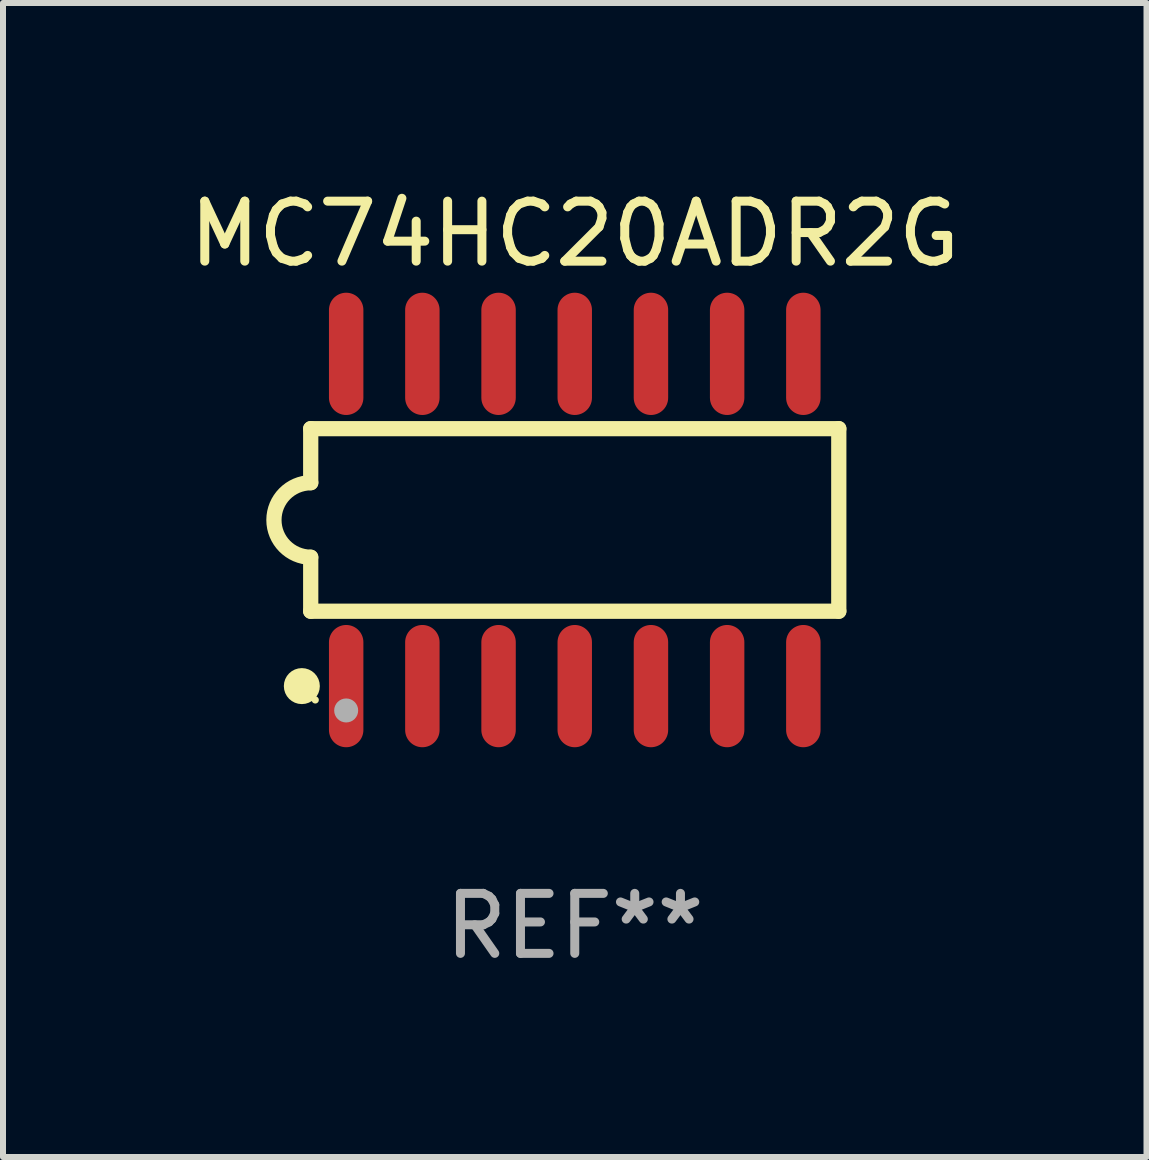
<source format=kicad_pcb>
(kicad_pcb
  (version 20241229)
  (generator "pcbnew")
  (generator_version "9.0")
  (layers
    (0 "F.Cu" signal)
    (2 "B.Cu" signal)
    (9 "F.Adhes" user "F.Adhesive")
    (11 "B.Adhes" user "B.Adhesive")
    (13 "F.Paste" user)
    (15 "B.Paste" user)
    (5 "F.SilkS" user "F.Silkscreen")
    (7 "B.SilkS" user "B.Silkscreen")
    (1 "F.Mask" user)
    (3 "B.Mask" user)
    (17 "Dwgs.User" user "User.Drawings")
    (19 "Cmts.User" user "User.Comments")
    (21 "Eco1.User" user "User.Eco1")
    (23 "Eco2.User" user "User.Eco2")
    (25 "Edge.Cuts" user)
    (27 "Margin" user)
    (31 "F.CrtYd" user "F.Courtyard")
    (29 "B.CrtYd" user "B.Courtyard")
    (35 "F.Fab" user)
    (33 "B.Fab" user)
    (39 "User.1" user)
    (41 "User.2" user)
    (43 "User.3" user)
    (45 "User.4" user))
  (footprint "MC74HC20ADR2G"
    (layer "F.Cu")
    (at 6.53 5.617)
    (property "Reference" "MC74HC20ADR2G" (at 0 -4.769 0) (layer "F.SilkS") (effects (font (size 1 1) (thickness 0.15))))
    (attr through_hole)
    (fp_line (start -4.401 -1.522) (end -4.401 -0.622) (stroke (width 0.254) (type solid)) (layer "F.SilkS"))
    (fp_line (start -4.401 -1.522) (end 4.401 -1.522) (stroke (width 0.254) (type solid)) (layer "F.SilkS"))
    (fp_line (start -4.401 1.521) (end -4.401 0.621) (stroke (width 0.254) (type solid)) (layer "F.SilkS"))
    (fp_line (start 4.401 -1.522) (end 4.401 1.521) (stroke (width 0.254) (type solid)) (layer "F.SilkS"))
    (fp_line (start 4.401 1.521) (end -4.401 1.521) (stroke (width 0.254) (type solid)) (layer "F.SilkS"))
    (fp_arc (start -4.401219 0.621311) (mid -5.021261 -0.000419) (end -4.400101 -0.621032) (stroke (width 0.254001) (type solid)) (layer "F.SilkS"))
    (fp_circle (center -4.549 2.769) (end -4.399 2.769) (stroke (width 0.3) (type solid)) (fill no) (layer "F.SilkS"))
    (fp_circle (center -4.325 3) (end -4.295 3) (stroke (width 0.06) (type solid)) (fill no) (layer "F.SilkS"))
    (fp_circle (center -3.81 3.175) (end -3.71 3.175) (stroke (width 0.2) (type solid)) (fill no) (layer "F.Fab"))
    (fp_text user "REF**" (at 0 6.769 0) (layer "F.Fab") (effects (font (size 1 1) (thickness 0.15))))
    (pad "1" smd oval (at -3.81 2.769) (size 0.574 2.038) (layers "F.Cu" "F.Mask" "F.Paste"))
    (pad "2" smd oval (at -2.54 2.769) (size 0.574 2.038) (layers "F.Cu" "F.Mask" "F.Paste"))
    (pad "3" smd oval (at -1.27 2.769) (size 0.574 2.038) (layers "F.Cu" "F.Mask" "F.Paste"))
    (pad "4" smd oval (at -0.000051 2.769) (size 0.574 2.038) (layers "F.Cu" "F.Mask" "F.Paste"))
    (pad "5" smd oval (at 1.27 2.769) (size 0.574 2.038) (layers "F.Cu" "F.Mask" "F.Paste"))
    (pad "6" smd oval (at 2.54 2.769) (size 0.574 2.038) (layers "F.Cu" "F.Mask" "F.Paste"))
    (pad "7" smd oval (at 3.81 2.769) (size 0.574 2.038) (layers "F.Cu" "F.Mask" "F.Paste"))
    (pad "8" smd oval (at 3.81 -2.769) (size 0.574 2.038) (layers "F.Cu" "F.Mask" "F.Paste"))
    (pad "9" smd oval (at 2.54 -2.769) (size 0.574 2.038) (layers "F.Cu" "F.Mask" "F.Paste"))
    (pad "10" smd oval (at 1.27 -2.769) (size 0.574 2.038) (layers "F.Cu" "F.Mask" "F.Paste"))
    (pad "11" smd oval (at -0.000051 -2.769) (size 0.574 2.038) (layers "F.Cu" "F.Mask" "F.Paste"))
    (pad "12" smd oval (at -1.27 -2.769) (size 0.574 2.038) (layers "F.Cu" "F.Mask" "F.Paste"))
    (pad "13" smd oval (at -2.54 -2.769) (size 0.574 2.038) (layers "F.Cu" "F.Mask" "F.Paste"))
    (pad "14" smd oval (at -3.81 -2.769) (size 0.574 2.038) (layers "F.Cu" "F.Mask" "F.Paste")))
  (gr_rect
    (start -3 -3)
    (end 16.06 16.235)
    (stroke (width 0.1) (type default))
    (fill no)
    (layer "Edge.Cuts")))
</source>
